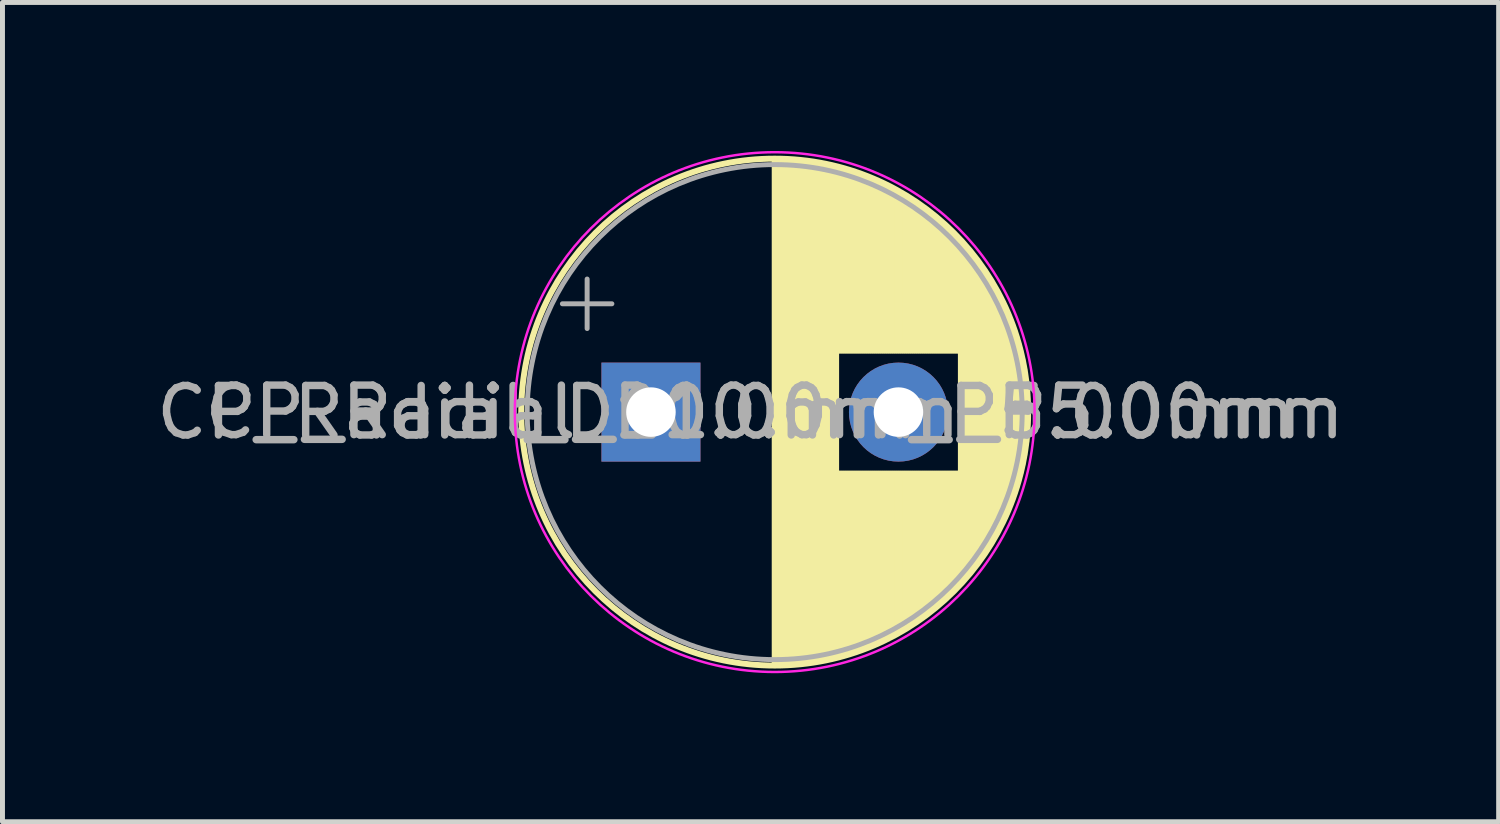
<source format=kicad_pcb>
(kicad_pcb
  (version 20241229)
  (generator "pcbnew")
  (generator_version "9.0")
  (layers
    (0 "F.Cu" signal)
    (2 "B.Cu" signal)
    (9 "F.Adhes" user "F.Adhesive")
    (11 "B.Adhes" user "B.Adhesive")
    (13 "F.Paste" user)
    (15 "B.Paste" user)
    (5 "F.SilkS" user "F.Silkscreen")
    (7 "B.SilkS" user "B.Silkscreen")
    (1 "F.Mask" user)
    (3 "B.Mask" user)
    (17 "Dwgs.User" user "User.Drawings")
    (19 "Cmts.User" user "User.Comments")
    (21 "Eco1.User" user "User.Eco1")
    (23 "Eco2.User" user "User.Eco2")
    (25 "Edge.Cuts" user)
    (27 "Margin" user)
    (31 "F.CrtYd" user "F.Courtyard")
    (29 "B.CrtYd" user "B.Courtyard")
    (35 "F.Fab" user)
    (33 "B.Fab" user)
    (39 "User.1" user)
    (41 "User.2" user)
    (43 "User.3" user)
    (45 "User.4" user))
  (footprint "CP_Radial_D10.0mm_P5.00mm"
    (layer "F.Cu")
    (at 10.1 5.275)
    (property "Reference" "CP_Radial_D10.0mm_P5.00mm" (at 1.525 0.007 180) (layer "F.Fab") (effects (font (size 1 1) (thickness 0.15))))
    (attr through_hole)
    (fp_line (start 2.5 -5.08) (end 2.5 5.08) (stroke (width 0.12) (type solid)) (layer "F.SilkS"))
    (fp_line (start 2.54 -5.08) (end 2.54 5.08) (stroke (width 0.12) (type solid)) (layer "F.SilkS"))
    (fp_line (start 2.58 -5.08) (end 2.58 5.08) (stroke (width 0.12) (type solid)) (layer "F.SilkS"))
    (fp_line (start 2.62 -5.079) (end 2.62 5.079) (stroke (width 0.12) (type solid)) (layer "F.SilkS"))
    (fp_line (start 2.66 -5.078) (end 2.66 5.078) (stroke (width 0.12) (type solid)) (layer "F.SilkS"))
    (fp_line (start 2.7 -5.077) (end 2.7 5.077) (stroke (width 0.12) (type solid)) (layer "F.SilkS"))
    (fp_line (start 2.74 -5.075) (end 2.74 5.075) (stroke (width 0.12) (type solid)) (layer "F.SilkS"))
    (fp_line (start 2.78 -5.073) (end 2.78 5.073) (stroke (width 0.12) (type solid)) (layer "F.SilkS"))
    (fp_line (start 2.82 -5.07) (end 2.82 5.07) (stroke (width 0.12) (type solid)) (layer "F.SilkS"))
    (fp_line (start 2.86 -5.068) (end 2.86 5.068) (stroke (width 0.12) (type solid)) (layer "F.SilkS"))
    (fp_line (start 2.9 -5.065) (end 2.9 5.065) (stroke (width 0.12) (type solid)) (layer "F.SilkS"))
    (fp_line (start 2.94 -5.062) (end 2.94 5.062) (stroke (width 0.12) (type solid)) (layer "F.SilkS"))
    (fp_line (start 2.98 -5.058) (end 2.98 5.058) (stroke (width 0.12) (type solid)) (layer "F.SilkS"))
    (fp_line (start 3.02 -5.054) (end 3.02 5.054) (stroke (width 0.12) (type solid)) (layer "F.SilkS"))
    (fp_line (start 3.06 -5.05) (end 3.06 5.05) (stroke (width 0.12) (type solid)) (layer "F.SilkS"))
    (fp_line (start 3.1 -5.045) (end 3.1 5.045) (stroke (width 0.12) (type solid)) (layer "F.SilkS"))
    (fp_line (start 3.14 -5.04) (end 3.14 5.04) (stroke (width 0.12) (type solid)) (layer "F.SilkS"))
    (fp_line (start 3.18 -5.035) (end 3.18 5.035) (stroke (width 0.12) (type solid)) (layer "F.SilkS"))
    (fp_line (start 3.221 -5.03) (end 3.221 5.03) (stroke (width 0.12) (type solid)) (layer "F.SilkS"))
    (fp_line (start 3.261 -5.024) (end 3.261 5.024) (stroke (width 0.12) (type solid)) (layer "F.SilkS"))
    (fp_line (start 3.301 -5.018) (end 3.301 5.018) (stroke (width 0.12) (type solid)) (layer "F.SilkS"))
    (fp_line (start 3.341 -5.011) (end 3.341 5.011) (stroke (width 0.12) (type solid)) (layer "F.SilkS"))
    (fp_line (start 3.381 -5.004) (end 3.381 5.004) (stroke (width 0.12) (type solid)) (layer "F.SilkS"))
    (fp_line (start 3.421 -4.997) (end 3.421 4.997) (stroke (width 0.12) (type solid)) (layer "F.SilkS"))
    (fp_line (start 3.461 -4.99) (end 3.461 4.99) (stroke (width 0.12) (type solid)) (layer "F.SilkS"))
    (fp_line (start 3.501 -4.982) (end 3.501 4.982) (stroke (width 0.12) (type solid)) (layer "F.SilkS"))
    (fp_line (start 3.541 -4.974) (end 3.541 4.974) (stroke (width 0.12) (type solid)) (layer "F.SilkS"))
    (fp_line (start 3.581 -4.965) (end 3.581 4.965) (stroke (width 0.12) (type solid)) (layer "F.SilkS"))
    (fp_line (start 3.621 -4.956) (end 3.621 4.956) (stroke (width 0.12) (type solid)) (layer "F.SilkS"))
    (fp_line (start 3.661 -4.947) (end 3.661 4.947) (stroke (width 0.12) (type solid)) (layer "F.SilkS"))
    (fp_line (start 3.701 -4.938) (end 3.701 4.938) (stroke (width 0.12) (type solid)) (layer "F.SilkS"))
    (fp_line (start 3.741 -4.928) (end 3.741 4.928) (stroke (width 0.12) (type solid)) (layer "F.SilkS"))
    (fp_line (start 3.781 -4.918) (end 3.781 -1.241) (stroke (width 0.12) (type solid)) (layer "F.SilkS"))
    (fp_line (start 3.781 1.241) (end 3.781 4.918) (stroke (width 0.12) (type solid)) (layer "F.SilkS"))
    (fp_line (start 3.821 -4.907) (end 3.821 -1.241) (stroke (width 0.12) (type solid)) (layer "F.SilkS"))
    (fp_line (start 3.821 1.241) (end 3.821 4.907) (stroke (width 0.12) (type solid)) (layer "F.SilkS"))
    (fp_line (start 3.861 -4.897) (end 3.861 -1.241) (stroke (width 0.12) (type solid)) (layer "F.SilkS"))
    (fp_line (start 3.861 1.241) (end 3.861 4.897) (stroke (width 0.12) (type solid)) (layer "F.SilkS"))
    (fp_line (start 3.901 -4.885) (end 3.901 -1.241) (stroke (width 0.12) (type solid)) (layer "F.SilkS"))
    (fp_line (start 3.901 1.241) (end 3.901 4.885) (stroke (width 0.12) (type solid)) (layer "F.SilkS"))
    (fp_line (start 3.941 -4.874) (end 3.941 -1.241) (stroke (width 0.12) (type solid)) (layer "F.SilkS"))
    (fp_line (start 3.941 1.241) (end 3.941 4.874) (stroke (width 0.12) (type solid)) (layer "F.SilkS"))
    (fp_line (start 3.981 -4.862) (end 3.981 -1.241) (stroke (width 0.12) (type solid)) (layer "F.SilkS"))
    (fp_line (start 3.981 1.241) (end 3.981 4.862) (stroke (width 0.12) (type solid)) (layer "F.SilkS"))
    (fp_line (start 4.021 -4.85) (end 4.021 -1.241) (stroke (width 0.12) (type solid)) (layer "F.SilkS"))
    (fp_line (start 4.021 1.241) (end 4.021 4.85) (stroke (width 0.12) (type solid)) (layer "F.SilkS"))
    (fp_line (start 4.061 -4.837) (end 4.061 -1.241) (stroke (width 0.12) (type solid)) (layer "F.SilkS"))
    (fp_line (start 4.061 1.241) (end 4.061 4.837) (stroke (width 0.12) (type solid)) (layer "F.SilkS"))
    (fp_line (start 4.101 -4.824) (end 4.101 -1.241) (stroke (width 0.12) (type solid)) (layer "F.SilkS"))
    (fp_line (start 4.101 1.241) (end 4.101 4.824) (stroke (width 0.12) (type solid)) (layer "F.SilkS"))
    (fp_line (start 4.141 -4.811) (end 4.141 -1.241) (stroke (width 0.12) (type solid)) (layer "F.SilkS"))
    (fp_line (start 4.141 1.241) (end 4.141 4.811) (stroke (width 0.12) (type solid)) (layer "F.SilkS"))
    (fp_line (start 4.181 -4.797) (end 4.181 -1.241) (stroke (width 0.12) (type solid)) (layer "F.SilkS"))
    (fp_line (start 4.181 1.241) (end 4.181 4.797) (stroke (width 0.12) (type solid)) (layer "F.SilkS"))
    (fp_line (start 4.221 -4.783) (end 4.221 -1.241) (stroke (width 0.12) (type solid)) (layer "F.SilkS"))
    (fp_line (start 4.221 1.241) (end 4.221 4.783) (stroke (width 0.12) (type solid)) (layer "F.SilkS"))
    (fp_line (start 4.261 -4.768) (end 4.261 -1.241) (stroke (width 0.12) (type solid)) (layer "F.SilkS"))
    (fp_line (start 4.261 1.241) (end 4.261 4.768) (stroke (width 0.12) (type solid)) (layer "F.SilkS"))
    (fp_line (start 4.301 -4.754) (end 4.301 -1.241) (stroke (width 0.12) (type solid)) (layer "F.SilkS"))
    (fp_line (start 4.301 1.241) (end 4.301 4.754) (stroke (width 0.12) (type solid)) (layer "F.SilkS"))
    (fp_line (start 4.341 -4.738) (end 4.341 -1.241) (stroke (width 0.12) (type solid)) (layer "F.SilkS"))
    (fp_line (start 4.341 1.241) (end 4.341 4.738) (stroke (width 0.12) (type solid)) (layer "F.SilkS"))
    (fp_line (start 4.381 -4.723) (end 4.381 -1.241) (stroke (width 0.12) (type solid)) (layer "F.SilkS"))
    (fp_line (start 4.381 1.241) (end 4.381 4.723) (stroke (width 0.12) (type solid)) (layer "F.SilkS"))
    (fp_line (start 4.421 -4.707) (end 4.421 -1.241) (stroke (width 0.12) (type solid)) (layer "F.SilkS"))
    (fp_line (start 4.421 1.241) (end 4.421 4.707) (stroke (width 0.12) (type solid)) (layer "F.SilkS"))
    (fp_line (start 4.461 -4.69) (end 4.461 -1.241) (stroke (width 0.12) (type solid)) (layer "F.SilkS"))
    (fp_line (start 4.461 1.241) (end 4.461 4.69) (stroke (width 0.12) (type solid)) (layer "F.SilkS"))
    (fp_line (start 4.501 -4.674) (end 4.501 -1.241) (stroke (width 0.12) (type solid)) (layer "F.SilkS"))
    (fp_line (start 4.501 1.241) (end 4.501 4.674) (stroke (width 0.12) (type solid)) (layer "F.SilkS"))
    (fp_line (start 4.541 -4.657) (end 4.541 -1.241) (stroke (width 0.12) (type solid)) (layer "F.SilkS"))
    (fp_line (start 4.541 1.241) (end 4.541 4.657) (stroke (width 0.12) (type solid)) (layer "F.SilkS"))
    (fp_line (start 4.581 -4.639) (end 4.581 -1.241) (stroke (width 0.12) (type solid)) (layer "F.SilkS"))
    (fp_line (start 4.581 1.241) (end 4.581 4.639) (stroke (width 0.12) (type solid)) (layer "F.SilkS"))
    (fp_line (start 4.621 -4.621) (end 4.621 -1.241) (stroke (width 0.12) (type solid)) (layer "F.SilkS"))
    (fp_line (start 4.621 1.241) (end 4.621 4.621) (stroke (width 0.12) (type solid)) (layer "F.SilkS"))
    (fp_line (start 4.661 -4.603) (end 4.661 -1.241) (stroke (width 0.12) (type solid)) (layer "F.SilkS"))
    (fp_line (start 4.661 1.241) (end 4.661 4.603) (stroke (width 0.12) (type solid)) (layer "F.SilkS"))
    (fp_line (start 4.701 -4.584) (end 4.701 -1.241) (stroke (width 0.12) (type solid)) (layer "F.SilkS"))
    (fp_line (start 4.701 1.241) (end 4.701 4.584) (stroke (width 0.12) (type solid)) (layer "F.SilkS"))
    (fp_line (start 4.741 -4.564) (end 4.741 -1.241) (stroke (width 0.12) (type solid)) (layer "F.SilkS"))
    (fp_line (start 4.741 1.241) (end 4.741 4.564) (stroke (width 0.12) (type solid)) (layer "F.SilkS"))
    (fp_line (start 4.781 -4.545) (end 4.781 -1.241) (stroke (width 0.12) (type solid)) (layer "F.SilkS"))
    (fp_line (start 4.781 1.241) (end 4.781 4.545) (stroke (width 0.12) (type solid)) (layer "F.SilkS"))
    (fp_line (start 4.821 -4.525) (end 4.821 -1.241) (stroke (width 0.12) (type solid)) (layer "F.SilkS"))
    (fp_line (start 4.821 1.241) (end 4.821 4.525) (stroke (width 0.12) (type solid)) (layer "F.SilkS"))
    (fp_line (start 4.861 -4.504) (end 4.861 -1.241) (stroke (width 0.12) (type solid)) (layer "F.SilkS"))
    (fp_line (start 4.861 1.241) (end 4.861 4.504) (stroke (width 0.12) (type solid)) (layer "F.SilkS"))
    (fp_line (start 4.901 -4.483) (end 4.901 -1.241) (stroke (width 0.12) (type solid)) (layer "F.SilkS"))
    (fp_line (start 4.901 1.241) (end 4.901 4.483) (stroke (width 0.12) (type solid)) (layer "F.SilkS"))
    (fp_line (start 4.941 -4.462) (end 4.941 -1.241) (stroke (width 0.12) (type solid)) (layer "F.SilkS"))
    (fp_line (start 4.941 1.241) (end 4.941 4.462) (stroke (width 0.12) (type solid)) (layer "F.SilkS"))
    (fp_line (start 4.981 -4.44) (end 4.981 -1.241) (stroke (width 0.12) (type solid)) (layer "F.SilkS"))
    (fp_line (start 4.981 1.241) (end 4.981 4.44) (stroke (width 0.12) (type solid)) (layer "F.SilkS"))
    (fp_line (start 5.021 -4.417) (end 5.021 -1.241) (stroke (width 0.12) (type solid)) (layer "F.SilkS"))
    (fp_line (start 5.021 1.241) (end 5.021 4.417) (stroke (width 0.12) (type solid)) (layer "F.SilkS"))
    (fp_line (start 5.061 -4.395) (end 5.061 -1.241) (stroke (width 0.12) (type solid)) (layer "F.SilkS"))
    (fp_line (start 5.061 1.241) (end 5.061 4.395) (stroke (width 0.12) (type solid)) (layer "F.SilkS"))
    (fp_line (start 5.101 -4.371) (end 5.101 -1.241) (stroke (width 0.12) (type solid)) (layer "F.SilkS"))
    (fp_line (start 5.101 1.241) (end 5.101 4.371) (stroke (width 0.12) (type solid)) (layer "F.SilkS"))
    (fp_line (start 5.141 -4.347) (end 5.141 -1.241) (stroke (width 0.12) (type solid)) (layer "F.SilkS"))
    (fp_line (start 5.141 1.241) (end 5.141 4.347) (stroke (width 0.12) (type solid)) (layer "F.SilkS"))
    (fp_line (start 5.181 -4.323) (end 5.181 -1.241) (stroke (width 0.12) (type solid)) (layer "F.SilkS"))
    (fp_line (start 5.181 1.241) (end 5.181 4.323) (stroke (width 0.12) (type solid)) (layer "F.SilkS"))
    (fp_line (start 5.221 -4.298) (end 5.221 -1.241) (stroke (width 0.12) (type solid)) (layer "F.SilkS"))
    (fp_line (start 5.221 1.241) (end 5.221 4.298) (stroke (width 0.12) (type solid)) (layer "F.SilkS"))
    (fp_line (start 5.261 -4.273) (end 5.261 -1.241) (stroke (width 0.12) (type solid)) (layer "F.SilkS"))
    (fp_line (start 5.261 1.241) (end 5.261 4.273) (stroke (width 0.12) (type solid)) (layer "F.SilkS"))
    (fp_line (start 5.301 -4.247) (end 5.301 -1.241) (stroke (width 0.12) (type solid)) (layer "F.SilkS"))
    (fp_line (start 5.301 1.241) (end 5.301 4.247) (stroke (width 0.12) (type solid)) (layer "F.SilkS"))
    (fp_line (start 5.341 -4.221) (end 5.341 -1.241) (stroke (width 0.12) (type solid)) (layer "F.SilkS"))
    (fp_line (start 5.341 1.241) (end 5.341 4.221) (stroke (width 0.12) (type solid)) (layer "F.SilkS"))
    (fp_line (start 5.381 -4.194) (end 5.381 -1.241) (stroke (width 0.12) (type solid)) (layer "F.SilkS"))
    (fp_line (start 5.381 1.241) (end 5.381 4.194) (stroke (width 0.12) (type solid)) (layer "F.SilkS"))
    (fp_line (start 5.421 -4.166) (end 5.421 -1.241) (stroke (width 0.12) (type solid)) (layer "F.SilkS"))
    (fp_line (start 5.421 1.241) (end 5.421 4.166) (stroke (width 0.12) (type solid)) (layer "F.SilkS"))
    (fp_line (start 5.461 -4.138) (end 5.461 -1.241) (stroke (width 0.12) (type solid)) (layer "F.SilkS"))
    (fp_line (start 5.461 1.241) (end 5.461 4.138) (stroke (width 0.12) (type solid)) (layer "F.SilkS"))
    (fp_line (start 5.501 -4.11) (end 5.501 -1.241) (stroke (width 0.12) (type solid)) (layer "F.SilkS"))
    (fp_line (start 5.501 1.241) (end 5.501 4.11) (stroke (width 0.12) (type solid)) (layer "F.SilkS"))
    (fp_line (start 5.541 -4.08) (end 5.541 -1.241) (stroke (width 0.12) (type solid)) (layer "F.SilkS"))
    (fp_line (start 5.541 1.241) (end 5.541 4.08) (stroke (width 0.12) (type solid)) (layer "F.SilkS"))
    (fp_line (start 5.581 -4.05) (end 5.581 -1.241) (stroke (width 0.12) (type solid)) (layer "F.SilkS"))
    (fp_line (start 5.581 1.241) (end 5.581 4.05) (stroke (width 0.12) (type solid)) (layer "F.SilkS"))
    (fp_line (start 5.621 -4.02) (end 5.621 -1.241) (stroke (width 0.12) (type solid)) (layer "F.SilkS"))
    (fp_line (start 5.621 1.241) (end 5.621 4.02) (stroke (width 0.12) (type solid)) (layer "F.SilkS"))
    (fp_line (start 5.661 -3.989) (end 5.661 -1.241) (stroke (width 0.12) (type solid)) (layer "F.SilkS"))
    (fp_line (start 5.661 1.241) (end 5.661 3.989) (stroke (width 0.12) (type solid)) (layer "F.SilkS"))
    (fp_line (start 5.701 -3.957) (end 5.701 -1.241) (stroke (width 0.12) (type solid)) (layer "F.SilkS"))
    (fp_line (start 5.701 1.241) (end 5.701 3.957) (stroke (width 0.12) (type solid)) (layer "F.SilkS"))
    (fp_line (start 5.741 -3.925) (end 5.741 -1.241) (stroke (width 0.12) (type solid)) (layer "F.SilkS"))
    (fp_line (start 5.741 1.241) (end 5.741 3.925) (stroke (width 0.12) (type solid)) (layer "F.SilkS"))
    (fp_line (start 5.781 -3.892) (end 5.781 -1.241) (stroke (width 0.12) (type solid)) (layer "F.SilkS"))
    (fp_line (start 5.781 1.241) (end 5.781 3.892) (stroke (width 0.12) (type solid)) (layer "F.SilkS"))
    (fp_line (start 5.821 -3.858) (end 5.821 -1.241) (stroke (width 0.12) (type solid)) (layer "F.SilkS"))
    (fp_line (start 5.821 1.241) (end 5.821 3.858) (stroke (width 0.12) (type solid)) (layer "F.SilkS"))
    (fp_line (start 5.861 -3.824) (end 5.861 -1.241) (stroke (width 0.12) (type solid)) (layer "F.SilkS"))
    (fp_line (start 5.861 1.241) (end 5.861 3.824) (stroke (width 0.12) (type solid)) (layer "F.SilkS"))
    (fp_line (start 5.901 -3.789) (end 5.901 -1.241) (stroke (width 0.12) (type solid)) (layer "F.SilkS"))
    (fp_line (start 5.901 1.241) (end 5.901 3.789) (stroke (width 0.12) (type solid)) (layer "F.SilkS"))
    (fp_line (start 5.941 -3.753) (end 5.941 -1.241) (stroke (width 0.12) (type solid)) (layer "F.SilkS"))
    (fp_line (start 5.941 1.241) (end 5.941 3.753) (stroke (width 0.12) (type solid)) (layer "F.SilkS"))
    (fp_line (start 5.981 -3.716) (end 5.981 -1.241) (stroke (width 0.12) (type solid)) (layer "F.SilkS"))
    (fp_line (start 5.981 1.241) (end 5.981 3.716) (stroke (width 0.12) (type solid)) (layer "F.SilkS"))
    (fp_line (start 6.021 -3.679) (end 6.021 -1.241) (stroke (width 0.12) (type solid)) (layer "F.SilkS"))
    (fp_line (start 6.021 1.241) (end 6.021 3.679) (stroke (width 0.12) (type solid)) (layer "F.SilkS"))
    (fp_line (start 6.061 -3.64) (end 6.061 -1.241) (stroke (width 0.12) (type solid)) (layer "F.SilkS"))
    (fp_line (start 6.061 1.241) (end 6.061 3.64) (stroke (width 0.12) (type solid)) (layer "F.SilkS"))
    (fp_line (start 6.101 -3.601) (end 6.101 -1.241) (stroke (width 0.12) (type solid)) (layer "F.SilkS"))
    (fp_line (start 6.101 1.241) (end 6.101 3.601) (stroke (width 0.12) (type solid)) (layer "F.SilkS"))
    (fp_line (start 6.141 -3.561) (end 6.141 -1.241) (stroke (width 0.12) (type solid)) (layer "F.SilkS"))
    (fp_line (start 6.141 1.241) (end 6.141 3.561) (stroke (width 0.12) (type solid)) (layer "F.SilkS"))
    (fp_line (start 6.181 -3.52) (end 6.181 -1.241) (stroke (width 0.12) (type solid)) (layer "F.SilkS"))
    (fp_line (start 6.181 1.241) (end 6.181 3.52) (stroke (width 0.12) (type solid)) (layer "F.SilkS"))
    (fp_line (start 6.221 -3.478) (end 6.221 -1.241) (stroke (width 0.12) (type solid)) (layer "F.SilkS"))
    (fp_line (start 6.221 1.241) (end 6.221 3.478) (stroke (width 0.12) (type solid)) (layer "F.SilkS"))
    (fp_line (start 6.261 -3.436) (end 6.261 3.436) (stroke (width 0.12) (type solid)) (layer "F.SilkS"))
    (fp_line (start 6.301 -3.392) (end 6.301 3.392) (stroke (width 0.12) (type solid)) (layer "F.SilkS"))
    (fp_line (start 6.341 -3.347) (end 6.341 3.347) (stroke (width 0.12) (type solid)) (layer "F.SilkS"))
    (fp_line (start 6.381 -3.301) (end 6.381 3.301) (stroke (width 0.12) (type solid)) (layer "F.SilkS"))
    (fp_line (start 6.421 -3.254) (end 6.421 3.254) (stroke (width 0.12) (type solid)) (layer "F.SilkS"))
    (fp_line (start 6.461 -3.206) (end 6.461 3.206) (stroke (width 0.12) (type solid)) (layer "F.SilkS"))
    (fp_line (start 6.501 -3.156) (end 6.501 3.156) (stroke (width 0.12) (type solid)) (layer "F.SilkS"))
    (fp_line (start 6.541 -3.106) (end 6.541 3.106) (stroke (width 0.12) (type solid)) (layer "F.SilkS"))
    (fp_line (start 6.581 -3.054) (end 6.581 3.054) (stroke (width 0.12) (type solid)) (layer "F.SilkS"))
    (fp_line (start 6.621 -3) (end 6.621 3) (stroke (width 0.12) (type solid)) (layer "F.SilkS"))
    (fp_line (start 6.661 -2.945) (end 6.661 2.945) (stroke (width 0.12) (type solid)) (layer "F.SilkS"))
    (fp_line (start 6.701 -2.889) (end 6.701 2.889) (stroke (width 0.12) (type solid)) (layer "F.SilkS"))
    (fp_line (start 6.741 -2.83) (end 6.741 2.83) (stroke (width 0.12) (type solid)) (layer "F.SilkS"))
    (fp_line (start 6.781 -2.77) (end 6.781 2.77) (stroke (width 0.12) (type solid)) (layer "F.SilkS"))
    (fp_line (start 6.821 -2.709) (end 6.821 2.709) (stroke (width 0.12) (type solid)) (layer "F.SilkS"))
    (fp_line (start 6.861 -2.645) (end 6.861 2.645) (stroke (width 0.12) (type solid)) (layer "F.SilkS"))
    (fp_line (start 6.901 -2.579) (end 6.901 2.579) (stroke (width 0.12) (type solid)) (layer "F.SilkS"))
    (fp_line (start 6.941 -2.51) (end 6.941 2.51) (stroke (width 0.12) (type solid)) (layer "F.SilkS"))
    (fp_line (start 6.981 -2.439) (end 6.981 2.439) (stroke (width 0.12) (type solid)) (layer "F.SilkS"))
    (fp_line (start 7.021 -2.365) (end 7.021 2.365) (stroke (width 0.12) (type solid)) (layer "F.SilkS"))
    (fp_line (start 7.061 -2.289) (end 7.061 2.289) (stroke (width 0.12) (type solid)) (layer "F.SilkS"))
    (fp_line (start 7.101 -2.209) (end 7.101 2.209) (stroke (width 0.12) (type solid)) (layer "F.SilkS"))
    (fp_line (start 7.141 -2.125) (end 7.141 2.125) (stroke (width 0.12) (type solid)) (layer "F.SilkS"))
    (fp_line (start 7.181 -2.037) (end 7.181 2.037) (stroke (width 0.12) (type solid)) (layer "F.SilkS"))
    (fp_line (start 7.221 -1.944) (end 7.221 1.944) (stroke (width 0.12) (type solid)) (layer "F.SilkS"))
    (fp_line (start 7.261 -1.846) (end 7.261 1.846) (stroke (width 0.12) (type solid)) (layer "F.SilkS"))
    (fp_line (start 7.301 -1.742) (end 7.301 1.742) (stroke (width 0.12) (type solid)) (layer "F.SilkS"))
    (fp_line (start 7.341 -1.63) (end 7.341 1.63) (stroke (width 0.12) (type solid)) (layer "F.SilkS"))
    (fp_line (start 7.381 -1.51) (end 7.381 1.51) (stroke (width 0.12) (type solid)) (layer "F.SilkS"))
    (fp_line (start 7.421 -1.378) (end 7.421 1.378) (stroke (width 0.12) (type solid)) (layer "F.SilkS"))
    (fp_line (start 7.461 -1.23) (end 7.461 1.23) (stroke (width 0.12) (type solid)) (layer "F.SilkS"))
    (fp_line (start 7.501 -1.062) (end 7.501 1.062) (stroke (width 0.12) (type solid)) (layer "F.SilkS"))
    (fp_line (start 7.541 -0.862) (end 7.541 0.862) (stroke (width 0.12) (type solid)) (layer "F.SilkS"))
    (fp_line (start 7.581 -0.599) (end 7.581 0.599) (stroke (width 0.12) (type solid)) (layer "F.SilkS"))
    (fp_circle (center 2.5 0) (end 7.62 0) (stroke (width 0.12) (type solid)) (fill no) (layer "F.SilkS"))
    (fp_circle (center 2.5 0) (end 7.75 0) (stroke (width 0.05) (type solid)) (fill no) (layer "F.CrtYd"))
    (fp_line (start -1.789 -2.188) (end -0.789 -2.188) (stroke (width 0.1) (type solid)) (layer "F.Fab"))
    (fp_line (start -1.289 -2.688) (end -1.289 -1.688) (stroke (width 0.1) (type solid)) (layer "F.Fab"))
    (fp_circle (center 2.5 0) (end 7.5 0) (stroke (width 0.1) (type solid)) (fill no) (layer "F.Fab"))
    (fp_line (start -1.7 -2.2) (end -0.7 -2.2) (stroke (width 0.12) (type solid)) (layer "User.1"))
    (fp_line (start -1.2 -2.7) (end -1.2 -1.7) (stroke (width 0.12) (type solid)) (layer "User.1"))
    (fp_text user "${REFERENCE}" (at 2.5 0 180) (layer "F.Fab") (effects (font (size 1 1) (thickness 0.15))))
    (pad "1" thru_hole rect (at 0 0) (size 2 2) (drill 1) (layers "*.Cu" "*.Mask"))
    (pad "2" thru_hole circle (at 5 0) (size 2 2) (drill 1) (layers "*.Cu" "*.Mask")))
  (gr_rect
    (start -3 -3)
    (end 27.225 13.55)
    (stroke (width 0.1) (type default))
    (fill no)
    (layer "Edge.Cuts")))
</source>
